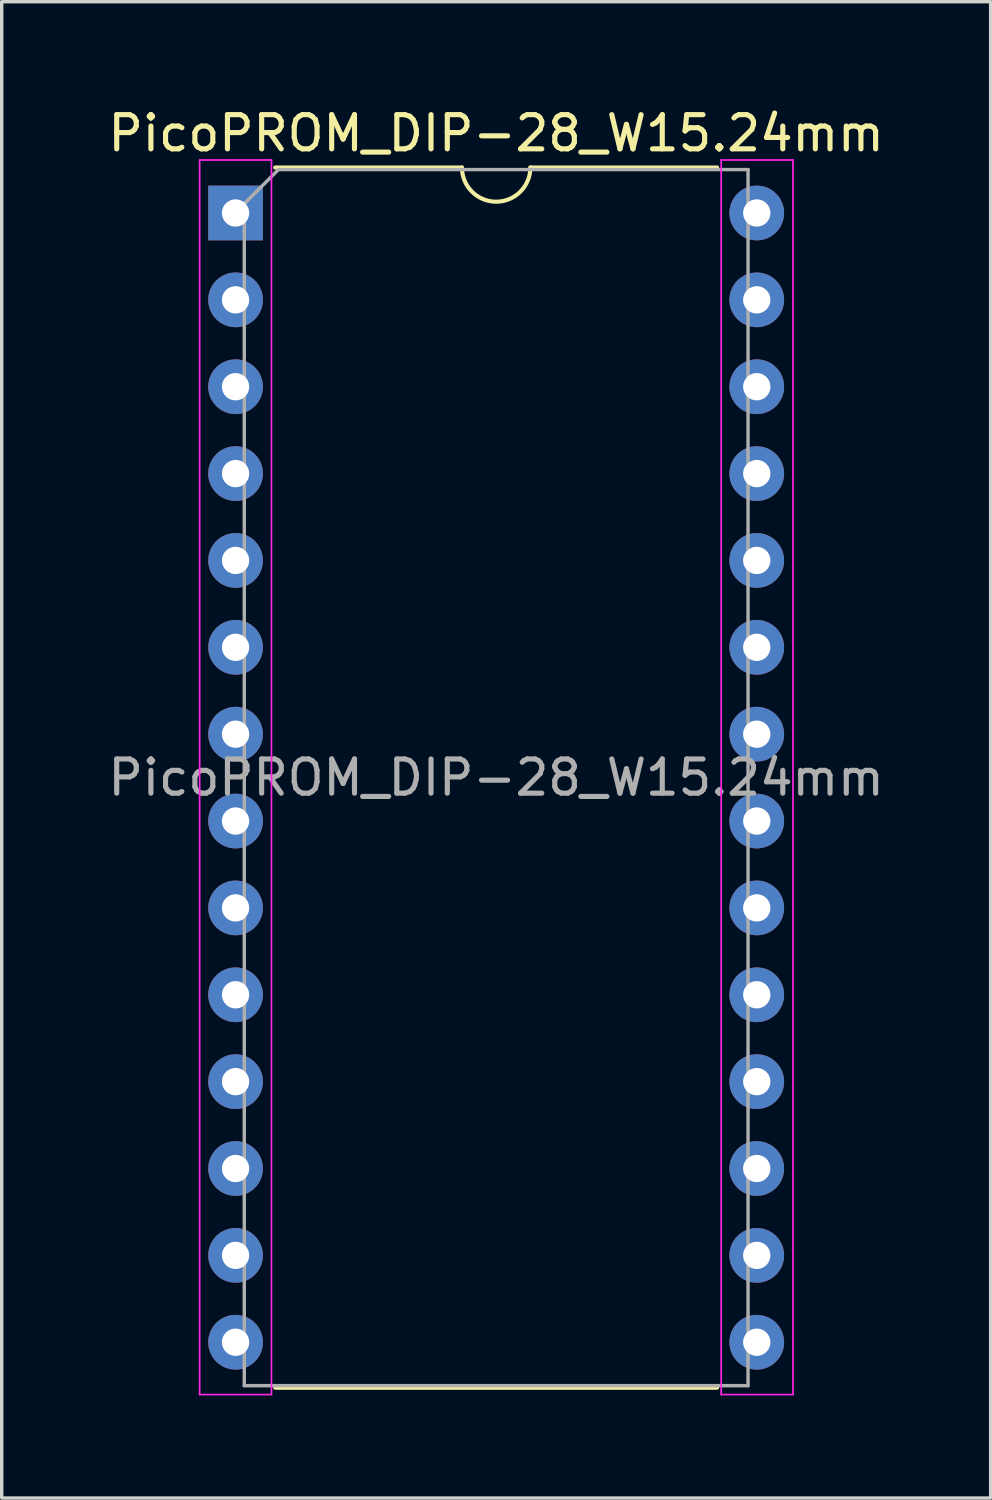
<source format=kicad_pcb>
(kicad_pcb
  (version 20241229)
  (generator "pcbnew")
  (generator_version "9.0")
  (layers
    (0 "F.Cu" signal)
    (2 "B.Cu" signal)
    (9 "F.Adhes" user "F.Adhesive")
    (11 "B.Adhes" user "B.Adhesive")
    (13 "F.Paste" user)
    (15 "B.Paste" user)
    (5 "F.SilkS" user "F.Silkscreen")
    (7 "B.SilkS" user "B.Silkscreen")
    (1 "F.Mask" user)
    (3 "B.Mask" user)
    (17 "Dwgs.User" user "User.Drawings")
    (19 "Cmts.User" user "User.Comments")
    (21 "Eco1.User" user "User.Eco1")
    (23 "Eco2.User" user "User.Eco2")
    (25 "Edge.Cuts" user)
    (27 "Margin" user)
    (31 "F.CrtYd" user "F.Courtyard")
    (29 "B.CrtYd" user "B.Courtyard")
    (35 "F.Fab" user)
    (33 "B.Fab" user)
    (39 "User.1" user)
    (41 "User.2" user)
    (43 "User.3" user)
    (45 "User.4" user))
  (footprint "PicoPROM_DIP-28_W15.24mm"
    (layer "F.Cu")
    (at 3.838 3.178)
    (property "Reference" "PicoPROM_DIP-28_W15.24mm" (at 7.62 -2.33 0) (layer "F.SilkS") (effects (font (size 1 1) (thickness 0.15))))
    (attr through_hole)
    (fp_line (start 1.16 34.35) (end 14.08 34.35) (stroke (width 0.12) (type solid)) (layer "F.SilkS"))
    (fp_line (start 6.62 -1.33) (end 1.16 -1.33) (stroke (width 0.12) (type solid)) (layer "F.SilkS"))
    (fp_line (start 14.08 -1.33) (end 8.62 -1.33) (stroke (width 0.12) (type solid)) (layer "F.SilkS"))
    (fp_arc (start 8.62 -1.33) (mid 7.62 -0.33) (end 6.62 -1.33) (stroke (width 0.12) (type solid)) (layer "F.SilkS"))
    (fp_line (start -1.05 -1.55) (end -1.05 34.55) (stroke (width 0.05) (type solid)) (layer "F.CrtYd"))
    (fp_line (start -1.05 34.55) (end 1.05 34.55) (stroke (width 0.05) (type solid)) (layer "F.CrtYd"))
    (fp_line (start 1.05 -1.55) (end -1.05 -1.55) (stroke (width 0.05) (type solid)) (layer "F.CrtYd"))
    (fp_line (start 1.05 -1.55) (end 1.05 34.55) (stroke (width 0.05) (type solid)) (layer "F.CrtYd"))
    (fp_line (start 14.2 34.55) (end 14.2 -1.55) (stroke (width 0.05) (type solid)) (layer "F.CrtYd"))
    (fp_line (start 16.3 -1.55) (end 14.2 -1.55) (stroke (width 0.05) (type solid)) (layer "F.CrtYd"))
    (fp_line (start 16.3 34.55) (end 14.2 34.55) (stroke (width 0.05) (type solid)) (layer "F.CrtYd"))
    (fp_line (start 16.3 34.55) (end 16.3 -1.55) (stroke (width 0.05) (type solid)) (layer "F.CrtYd"))
    (fp_line (start 0.255 -0.27) (end 1.255 -1.27) (stroke (width 0.1) (type solid)) (layer "F.Fab"))
    (fp_line (start 0.255 34.29) (end 0.255 -0.27) (stroke (width 0.1) (type solid)) (layer "F.Fab"))
    (fp_line (start 1.255 -1.27) (end 14.985 -1.27) (stroke (width 0.1) (type solid)) (layer "F.Fab"))
    (fp_line (start 14.985 -1.27) (end 14.985 34.29) (stroke (width 0.1) (type solid)) (layer "F.Fab"))
    (fp_line (start 14.985 34.29) (end 0.255 34.29) (stroke (width 0.1) (type solid)) (layer "F.Fab"))
    (fp_text user "${REFERENCE}" (at 7.62 16.51 0) (layer "F.Fab") (effects (font (size 1 1) (thickness 0.15))))
    (pad "1" thru_hole rect (at 0 0) (size 1.6 1.6) (drill 0.8) (layers "*.Cu" "*.Mask"))
    (pad "2" thru_hole oval (at 0 2.54) (size 1.6 1.6) (drill 0.8) (layers "*.Cu" "*.Mask"))
    (pad "3" thru_hole oval (at 0 5.08) (size 1.6 1.6) (drill 0.8) (layers "*.Cu" "*.Mask"))
    (pad "4" thru_hole oval (at 0 7.62) (size 1.6 1.6) (drill 0.8) (layers "*.Cu" "*.Mask"))
    (pad "5" thru_hole oval (at 0 10.16) (size 1.6 1.6) (drill 0.8) (layers "*.Cu" "*.Mask"))
    (pad "6" thru_hole oval (at 0 12.7) (size 1.6 1.6) (drill 0.8) (layers "*.Cu" "*.Mask"))
    (pad "7" thru_hole oval (at 0 15.24) (size 1.6 1.6) (drill 0.8) (layers "*.Cu" "*.Mask"))
    (pad "8" thru_hole oval (at 0 17.78) (size 1.6 1.6) (drill 0.8) (layers "*.Cu" "*.Mask"))
    (pad "9" thru_hole oval (at 0 20.32) (size 1.6 1.6) (drill 0.8) (layers "*.Cu" "*.Mask"))
    (pad "10" thru_hole oval (at 0 22.86) (size 1.6 1.6) (drill 0.8) (layers "*.Cu" "*.Mask"))
    (pad "11" thru_hole oval (at 0 25.4) (size 1.6 1.6) (drill 0.8) (layers "*.Cu" "*.Mask"))
    (pad "12" thru_hole oval (at 0 27.94) (size 1.6 1.6) (drill 0.8) (layers "*.Cu" "*.Mask"))
    (pad "13" thru_hole oval (at 0 30.48) (size 1.6 1.6) (drill 0.8) (layers "*.Cu" "*.Mask"))
    (pad "14" thru_hole oval (at 0 33.02) (size 1.6 1.6) (drill 0.8) (layers "*.Cu" "*.Mask"))
    (pad "15" thru_hole oval (at 15.24 33.02) (size 1.6 1.6) (drill 0.8) (layers "*.Cu" "*.Mask"))
    (pad "16" thru_hole oval (at 15.24 30.48) (size 1.6 1.6) (drill 0.8) (layers "*.Cu" "*.Mask"))
    (pad "17" thru_hole oval (at 15.24 27.94) (size 1.6 1.6) (drill 0.8) (layers "*.Cu" "*.Mask"))
    (pad "18" thru_hole oval (at 15.24 25.4) (size 1.6 1.6) (drill 0.8) (layers "*.Cu" "*.Mask"))
    (pad "19" thru_hole oval (at 15.24 22.86) (size 1.6 1.6) (drill 0.8) (layers "*.Cu" "*.Mask"))
    (pad "20" thru_hole oval (at 15.24 20.32) (size 1.6 1.6) (drill 0.8) (layers "*.Cu" "*.Mask"))
    (pad "21" thru_hole oval (at 15.24 17.78) (size 1.6 1.6) (drill 0.8) (layers "*.Cu" "*.Mask"))
    (pad "22" thru_hole oval (at 15.24 15.24) (size 1.6 1.6) (drill 0.8) (layers "*.Cu" "*.Mask"))
    (pad "23" thru_hole oval (at 15.24 12.7) (size 1.6 1.6) (drill 0.8) (layers "*.Cu" "*.Mask"))
    (pad "24" thru_hole oval (at 15.24 10.16) (size 1.6 1.6) (drill 0.8) (layers "*.Cu" "*.Mask"))
    (pad "25" thru_hole oval (at 15.24 7.62) (size 1.6 1.6) (drill 0.8) (layers "*.Cu" "*.Mask"))
    (pad "26" thru_hole oval (at 15.24 5.08) (size 1.6 1.6) (drill 0.8) (layers "*.Cu" "*.Mask"))
    (pad "27" thru_hole oval (at 15.24 2.54) (size 1.6 1.6) (drill 0.8) (layers "*.Cu" "*.Mask"))
    (pad "28" thru_hole oval (at 15.24 0) (size 1.6 1.6) (drill 0.8) (layers "*.Cu" "*.Mask")))
  (gr_rect
    (start -3 -3)
    (end 25.917 40.753)
    (stroke (width 0.1) (type default))
    (fill no)
    (layer "Edge.Cuts")))
</source>
